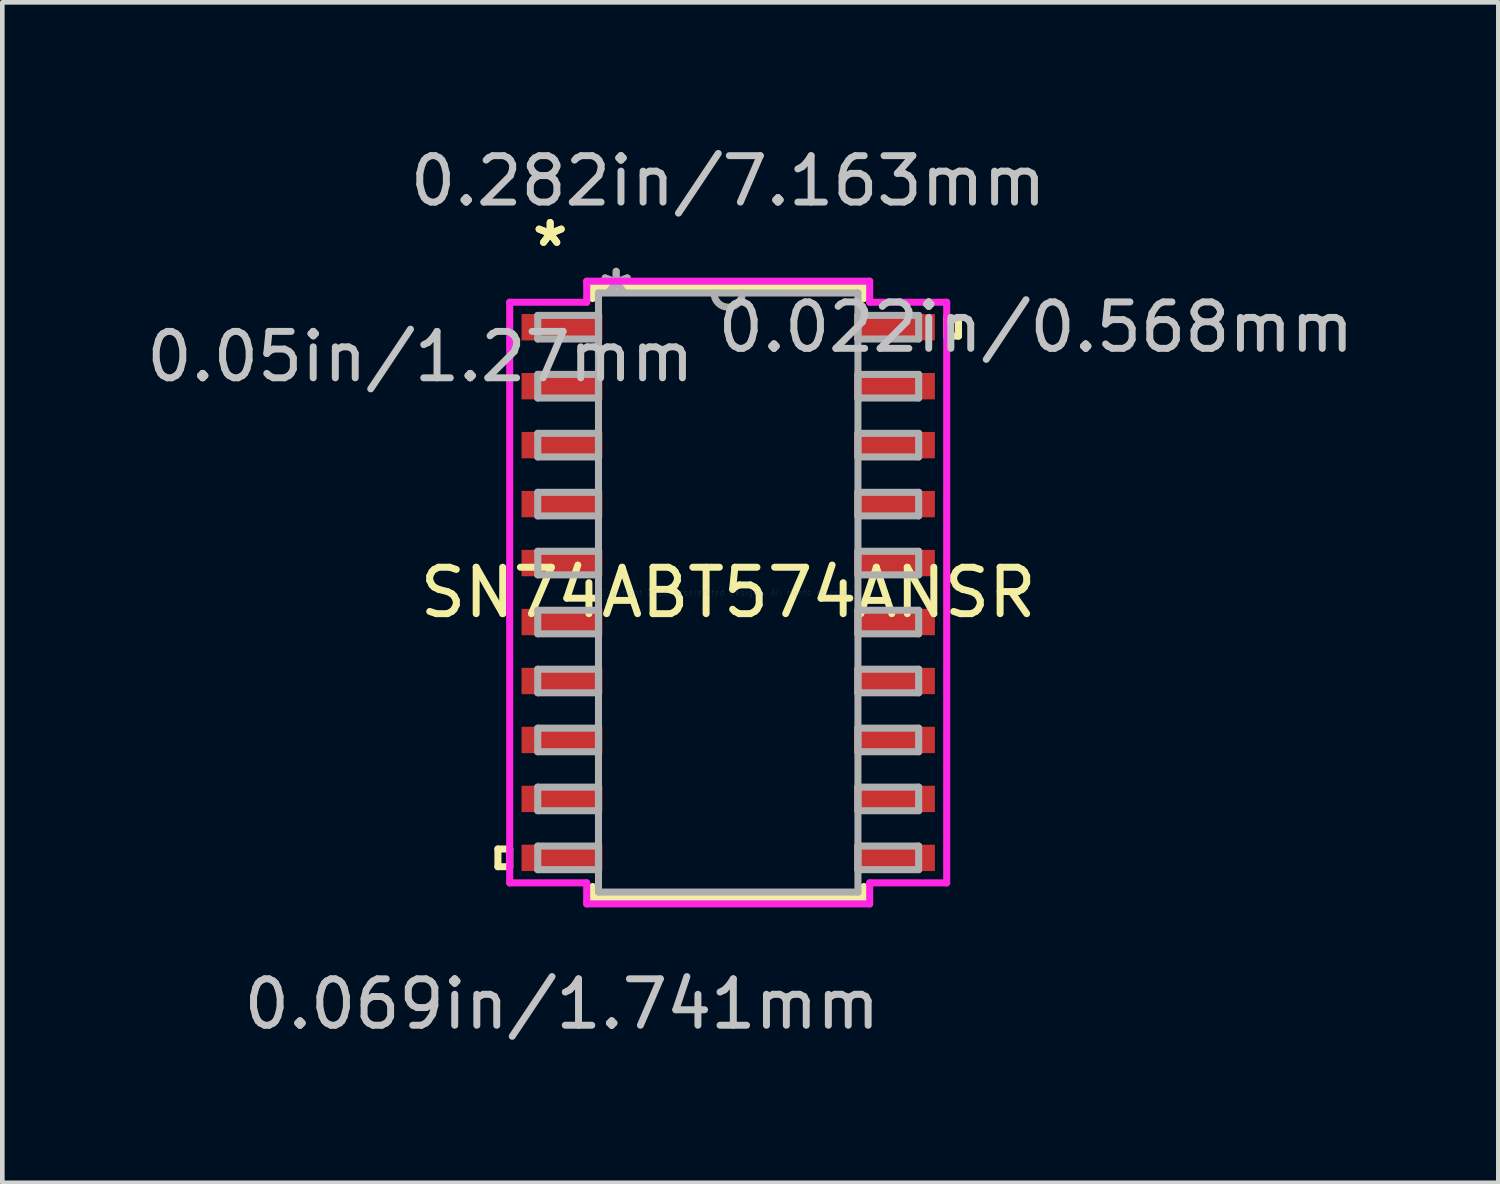
<source format=kicad_pcb>
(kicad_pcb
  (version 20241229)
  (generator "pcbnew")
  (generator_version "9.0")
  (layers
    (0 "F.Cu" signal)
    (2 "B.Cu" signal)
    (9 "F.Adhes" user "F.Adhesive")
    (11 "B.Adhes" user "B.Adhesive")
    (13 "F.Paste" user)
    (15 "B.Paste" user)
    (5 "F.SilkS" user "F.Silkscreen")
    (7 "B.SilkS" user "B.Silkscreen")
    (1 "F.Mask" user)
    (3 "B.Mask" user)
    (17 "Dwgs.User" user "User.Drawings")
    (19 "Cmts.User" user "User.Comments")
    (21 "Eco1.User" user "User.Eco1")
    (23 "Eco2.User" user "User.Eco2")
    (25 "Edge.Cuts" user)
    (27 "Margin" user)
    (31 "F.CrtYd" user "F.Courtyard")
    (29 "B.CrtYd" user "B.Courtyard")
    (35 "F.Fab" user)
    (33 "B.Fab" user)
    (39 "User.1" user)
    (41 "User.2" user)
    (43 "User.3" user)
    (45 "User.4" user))
  (footprint "SN74ABT574ANSR"
    (layer "F.Cu")
    (at 12.635 9.713)
    (property "Reference" "SN74ABT574ANSR" (at 0 0 0) (layer "F.SilkS") (effects (font (size 1 1) (thickness 0.15))))
    (attr through_hole)
    (fp_line (start -4.96 5.524) (end -4.96 5.905) (stroke (width 0.152) (type solid)) (layer "F.SilkS"))
    (fp_line (start -4.96 5.905) (end -4.706 5.905) (stroke (width 0.152) (type solid)) (layer "F.SilkS"))
    (fp_line (start -4.706 5.524) (end -4.96 5.524) (stroke (width 0.152) (type solid)) (layer "F.SilkS"))
    (fp_line (start -4.706 5.905) (end -4.706 5.524) (stroke (width 0.152) (type solid)) (layer "F.SilkS"))
    (fp_line (start -2.921 -6.579) (end -2.921 -6.332) (stroke (width 0.152) (type solid)) (layer "F.SilkS"))
    (fp_line (start -2.921 6.332) (end -2.921 6.579) (stroke (width 0.152) (type solid)) (layer "F.SilkS"))
    (fp_line (start -2.921 6.579) (end 2.921 6.579) (stroke (width 0.152) (type solid)) (layer "F.SilkS"))
    (fp_line (start 2.921 -6.579) (end -2.921 -6.579) (stroke (width 0.152) (type solid)) (layer "F.SilkS"))
    (fp_line (start 2.921 -6.332) (end 2.921 -6.579) (stroke (width 0.152) (type solid)) (layer "F.SilkS"))
    (fp_line (start 2.921 6.579) (end 2.921 6.332) (stroke (width 0.152) (type solid)) (layer "F.SilkS"))
    (fp_line (start 4.706 -5.905) (end 4.96 -5.905) (stroke (width 0.152) (type solid)) (layer "F.SilkS"))
    (fp_line (start 4.706 -5.524) (end 4.706 -5.905) (stroke (width 0.152) (type solid)) (layer "F.SilkS"))
    (fp_line (start 4.96 -5.905) (end 4.96 -5.524) (stroke (width 0.152) (type solid)) (layer "F.SilkS"))
    (fp_line (start 4.96 -5.524) (end 4.706 -5.524) (stroke (width 0.152) (type solid)) (layer "F.SilkS"))
    (fp_line (start -4.706 -6.253) (end -3.048 -6.253) (stroke (width 0.152) (type solid)) (layer "F.CrtYd"))
    (fp_line (start -4.706 6.253) (end -4.706 -6.253) (stroke (width 0.152) (type solid)) (layer "F.CrtYd"))
    (fp_line (start -3.048 -6.706) (end 3.048 -6.706) (stroke (width 0.152) (type solid)) (layer "F.CrtYd"))
    (fp_line (start -3.048 -6.253) (end -3.048 -6.706) (stroke (width 0.152) (type solid)) (layer "F.CrtYd"))
    (fp_line (start -3.048 6.253) (end -4.706 6.253) (stroke (width 0.152) (type solid)) (layer "F.CrtYd"))
    (fp_line (start -3.048 6.706) (end -3.048 6.253) (stroke (width 0.152) (type solid)) (layer "F.CrtYd"))
    (fp_line (start 3.048 -6.706) (end 3.048 -6.253) (stroke (width 0.152) (type solid)) (layer "F.CrtYd"))
    (fp_line (start 3.048 -6.253) (end 4.706 -6.253) (stroke (width 0.152) (type solid)) (layer "F.CrtYd"))
    (fp_line (start 3.048 6.253) (end 3.048 6.706) (stroke (width 0.152) (type solid)) (layer "F.CrtYd"))
    (fp_line (start 3.048 6.706) (end -3.048 6.706) (stroke (width 0.152) (type solid)) (layer "F.CrtYd"))
    (fp_line (start 4.706 -6.253) (end 4.706 6.253) (stroke (width 0.152) (type solid)) (layer "F.CrtYd"))
    (fp_line (start 4.706 6.253) (end 3.048 6.253) (stroke (width 0.152) (type solid)) (layer "F.CrtYd"))
    (fp_line (start -4.102 -5.969) (end -4.102 -5.461) (stroke (width 0.152) (type solid)) (layer "F.Fab"))
    (fp_line (start -4.102 -5.461) (end -2.794 -5.461) (stroke (width 0.152) (type solid)) (layer "F.Fab"))
    (fp_line (start -4.102 -4.699) (end -4.102 -4.191) (stroke (width 0.152) (type solid)) (layer "F.Fab"))
    (fp_line (start -4.102 -4.191) (end -2.794 -4.191) (stroke (width 0.152) (type solid)) (layer "F.Fab"))
    (fp_line (start -4.102 -3.429) (end -4.102 -2.921) (stroke (width 0.152) (type solid)) (layer "F.Fab"))
    (fp_line (start -4.102 -2.921) (end -2.794 -2.921) (stroke (width 0.152) (type solid)) (layer "F.Fab"))
    (fp_line (start -4.102 -2.159) (end -4.102 -1.651) (stroke (width 0.152) (type solid)) (layer "F.Fab"))
    (fp_line (start -4.102 -1.651) (end -2.794 -1.651) (stroke (width 0.152) (type solid)) (layer "F.Fab"))
    (fp_line (start -4.102 -0.889) (end -4.102 -0.381) (stroke (width 0.152) (type solid)) (layer "F.Fab"))
    (fp_line (start -4.102 -0.381) (end -2.794 -0.381) (stroke (width 0.152) (type solid)) (layer "F.Fab"))
    (fp_line (start -4.102 0.381) (end -4.102 0.889) (stroke (width 0.152) (type solid)) (layer "F.Fab"))
    (fp_line (start -4.102 0.889) (end -2.794 0.889) (stroke (width 0.152) (type solid)) (layer "F.Fab"))
    (fp_line (start -4.102 1.651) (end -4.102 2.159) (stroke (width 0.152) (type solid)) (layer "F.Fab"))
    (fp_line (start -4.102 2.159) (end -2.794 2.159) (stroke (width 0.152) (type solid)) (layer "F.Fab"))
    (fp_line (start -4.102 2.921) (end -4.102 3.429) (stroke (width 0.152) (type solid)) (layer "F.Fab"))
    (fp_line (start -4.102 3.429) (end -2.794 3.429) (stroke (width 0.152) (type solid)) (layer "F.Fab"))
    (fp_line (start -4.102 4.191) (end -4.102 4.699) (stroke (width 0.152) (type solid)) (layer "F.Fab"))
    (fp_line (start -4.102 4.699) (end -2.794 4.699) (stroke (width 0.152) (type solid)) (layer "F.Fab"))
    (fp_line (start -4.102 5.461) (end -4.102 5.969) (stroke (width 0.152) (type solid)) (layer "F.Fab"))
    (fp_line (start -4.102 5.969) (end -2.794 5.969) (stroke (width 0.152) (type solid)) (layer "F.Fab"))
    (fp_line (start -2.794 -6.452) (end -2.794 6.452) (stroke (width 0.152) (type solid)) (layer "F.Fab"))
    (fp_line (start -2.794 -5.969) (end -4.102 -5.969) (stroke (width 0.152) (type solid)) (layer "F.Fab"))
    (fp_line (start -2.794 -5.461) (end -2.794 -5.969) (stroke (width 0.152) (type solid)) (layer "F.Fab"))
    (fp_line (start -2.794 -4.699) (end -4.102 -4.699) (stroke (width 0.152) (type solid)) (layer "F.Fab"))
    (fp_line (start -2.794 -4.191) (end -2.794 -4.699) (stroke (width 0.152) (type solid)) (layer "F.Fab"))
    (fp_line (start -2.794 -3.429) (end -4.102 -3.429) (stroke (width 0.152) (type solid)) (layer "F.Fab"))
    (fp_line (start -2.794 -2.921) (end -2.794 -3.429) (stroke (width 0.152) (type solid)) (layer "F.Fab"))
    (fp_line (start -2.794 -2.159) (end -4.102 -2.159) (stroke (width 0.152) (type solid)) (layer "F.Fab"))
    (fp_line (start -2.794 -1.651) (end -2.794 -2.159) (stroke (width 0.152) (type solid)) (layer "F.Fab"))
    (fp_line (start -2.794 -0.889) (end -4.102 -0.889) (stroke (width 0.152) (type solid)) (layer "F.Fab"))
    (fp_line (start -2.794 -0.381) (end -2.794 -0.889) (stroke (width 0.152) (type solid)) (layer "F.Fab"))
    (fp_line (start -2.794 0.381) (end -4.102 0.381) (stroke (width 0.152) (type solid)) (layer "F.Fab"))
    (fp_line (start -2.794 0.889) (end -2.794 0.381) (stroke (width 0.152) (type solid)) (layer "F.Fab"))
    (fp_line (start -2.794 1.651) (end -4.102 1.651) (stroke (width 0.152) (type solid)) (layer "F.Fab"))
    (fp_line (start -2.794 2.159) (end -2.794 1.651) (stroke (width 0.152) (type solid)) (layer "F.Fab"))
    (fp_line (start -2.794 2.921) (end -4.102 2.921) (stroke (width 0.152) (type solid)) (layer "F.Fab"))
    (fp_line (start -2.794 3.429) (end -2.794 2.921) (stroke (width 0.152) (type solid)) (layer "F.Fab"))
    (fp_line (start -2.794 4.191) (end -4.102 4.191) (stroke (width 0.152) (type solid)) (layer "F.Fab"))
    (fp_line (start -2.794 4.699) (end -2.794 4.191) (stroke (width 0.152) (type solid)) (layer "F.Fab"))
    (fp_line (start -2.794 5.461) (end -4.102 5.461) (stroke (width 0.152) (type solid)) (layer "F.Fab"))
    (fp_line (start -2.794 5.969) (end -2.794 5.461) (stroke (width 0.152) (type solid)) (layer "F.Fab"))
    (fp_line (start -2.794 6.452) (end 2.794 6.452) (stroke (width 0.152) (type solid)) (layer "F.Fab"))
    (fp_line (start 2.794 -6.452) (end -2.794 -6.452) (stroke (width 0.152) (type solid)) (layer "F.Fab"))
    (fp_line (start 2.794 -5.969) (end 2.794 -5.461) (stroke (width 0.152) (type solid)) (layer "F.Fab"))
    (fp_line (start 2.794 -5.461) (end 4.102 -5.461) (stroke (width 0.152) (type solid)) (layer "F.Fab"))
    (fp_line (start 2.794 -4.699) (end 2.794 -4.191) (stroke (width 0.152) (type solid)) (layer "F.Fab"))
    (fp_line (start 2.794 -4.191) (end 4.102 -4.191) (stroke (width 0.152) (type solid)) (layer "F.Fab"))
    (fp_line (start 2.794 -3.429) (end 2.794 -2.921) (stroke (width 0.152) (type solid)) (layer "F.Fab"))
    (fp_line (start 2.794 -2.921) (end 4.102 -2.921) (stroke (width 0.152) (type solid)) (layer "F.Fab"))
    (fp_line (start 2.794 -2.159) (end 2.794 -1.651) (stroke (width 0.152) (type solid)) (layer "F.Fab"))
    (fp_line (start 2.794 -1.651) (end 4.102 -1.651) (stroke (width 0.152) (type solid)) (layer "F.Fab"))
    (fp_line (start 2.794 -0.889) (end 2.794 -0.381) (stroke (width 0.152) (type solid)) (layer "F.Fab"))
    (fp_line (start 2.794 -0.381) (end 4.102 -0.381) (stroke (width 0.152) (type solid)) (layer "F.Fab"))
    (fp_line (start 2.794 0.381) (end 2.794 0.889) (stroke (width 0.152) (type solid)) (layer "F.Fab"))
    (fp_line (start 2.794 0.889) (end 4.102 0.889) (stroke (width 0.152) (type solid)) (layer "F.Fab"))
    (fp_line (start 2.794 1.651) (end 2.794 2.159) (stroke (width 0.152) (type solid)) (layer "F.Fab"))
    (fp_line (start 2.794 2.159) (end 4.102 2.159) (stroke (width 0.152) (type solid)) (layer "F.Fab"))
    (fp_line (start 2.794 2.921) (end 2.794 3.429) (stroke (width 0.152) (type solid)) (layer "F.Fab"))
    (fp_line (start 2.794 3.429) (end 4.102 3.429) (stroke (width 0.152) (type solid)) (layer "F.Fab"))
    (fp_line (start 2.794 4.191) (end 2.794 4.699) (stroke (width 0.152) (type solid)) (layer "F.Fab"))
    (fp_line (start 2.794 4.699) (end 4.102 4.699) (stroke (width 0.152) (type solid)) (layer "F.Fab"))
    (fp_line (start 2.794 5.461) (end 2.794 5.969) (stroke (width 0.152) (type solid)) (layer "F.Fab"))
    (fp_line (start 2.794 5.969) (end 4.102 5.969) (stroke (width 0.152) (type solid)) (layer "F.Fab"))
    (fp_line (start 2.794 6.452) (end 2.794 -6.452) (stroke (width 0.152) (type solid)) (layer "F.Fab"))
    (fp_line (start 4.102 -5.969) (end 2.794 -5.969) (stroke (width 0.152) (type solid)) (layer "F.Fab"))
    (fp_line (start 4.102 -5.461) (end 4.102 -5.969) (stroke (width 0.152) (type solid)) (layer "F.Fab"))
    (fp_line (start 4.102 -4.699) (end 2.794 -4.699) (stroke (width 0.152) (type solid)) (layer "F.Fab"))
    (fp_line (start 4.102 -4.191) (end 4.102 -4.699) (stroke (width 0.152) (type solid)) (layer "F.Fab"))
    (fp_line (start 4.102 -3.429) (end 2.794 -3.429) (stroke (width 0.152) (type solid)) (layer "F.Fab"))
    (fp_line (start 4.102 -2.921) (end 4.102 -3.429) (stroke (width 0.152) (type solid)) (layer "F.Fab"))
    (fp_line (start 4.102 -2.159) (end 2.794 -2.159) (stroke (width 0.152) (type solid)) (layer "F.Fab"))
    (fp_line (start 4.102 -1.651) (end 4.102 -2.159) (stroke (width 0.152) (type solid)) (layer "F.Fab"))
    (fp_line (start 4.102 -0.889) (end 2.794 -0.889) (stroke (width 0.152) (type solid)) (layer "F.Fab"))
    (fp_line (start 4.102 -0.381) (end 4.102 -0.889) (stroke (width 0.152) (type solid)) (layer "F.Fab"))
    (fp_line (start 4.102 0.381) (end 2.794 0.381) (stroke (width 0.152) (type solid)) (layer "F.Fab"))
    (fp_line (start 4.102 0.889) (end 4.102 0.381) (stroke (width 0.152) (type solid)) (layer "F.Fab"))
    (fp_line (start 4.102 1.651) (end 2.794 1.651) (stroke (width 0.152) (type solid)) (layer "F.Fab"))
    (fp_line (start 4.102 2.159) (end 4.102 1.651) (stroke (width 0.152) (type solid)) (layer "F.Fab"))
    (fp_line (start 4.102 2.921) (end 2.794 2.921) (stroke (width 0.152) (type solid)) (layer "F.Fab"))
    (fp_line (start 4.102 3.429) (end 4.102 2.921) (stroke (width 0.152) (type solid)) (layer "F.Fab"))
    (fp_line (start 4.102 4.191) (end 2.794 4.191) (stroke (width 0.152) (type solid)) (layer "F.Fab"))
    (fp_line (start 4.102 4.699) (end 4.102 4.191) (stroke (width 0.152) (type solid)) (layer "F.Fab"))
    (fp_line (start 4.102 5.461) (end 2.794 5.461) (stroke (width 0.152) (type solid)) (layer "F.Fab"))
    (fp_line (start 4.102 5.969) (end 4.102 5.461) (stroke (width 0.152) (type solid)) (layer "F.Fab"))
    (fp_arc (start 0.3048 -6.4516) (mid 0 -6.1468) (end -0.3048 -6.4516) (stroke (width 0.1524) (type solid)) (layer "F.Fab"))
    (fp_text user "*" (at -3.835 -7.426 0) (layer "F.SilkS") (effects (font (size 1 1) (thickness 0.15))))
    (fp_text user "*" (at -3.835 -7.426 0) (layer "F.SilkS") (effects (font (size 1 1) (thickness 0.15))))
    (fp_text user "0.05in/1.27mm" (at -6.629 -5.08 0) (layer "Dwgs.User") (effects (font (size 1 1) (thickness 0.15))))
    (fp_text user "0.022in/0.568mm" (at 6.629 -5.715 0) (layer "Dwgs.User") (effects (font (size 1 1) (thickness 0.15))))
    (fp_text user "0.069in/1.741mm" (at -3.581 8.865 0) (layer "Dwgs.User") (effects (font (size 1 1) (thickness 0.15))))
    (fp_text user "0.282in/7.163mm" (at 0 -8.865 0) (layer "Dwgs.User") (effects (font (size 1 1) (thickness 0.15))))
    (fp_text user "Copyright 2016 Accelerated Designs. All rights reserved." (at 0 0 0) (layer "Cmts.User") (effects (font (size 0.127 0.127) (thickness 0.002))))
    (fp_text user "*" (at -2.413 -6.375 0) (layer "F.Fab") (effects (font (size 1 1) (thickness 0.15))))
    (fp_text user "*" (at -2.413 -6.375 0) (layer "F.Fab") (effects (font (size 1 1) (thickness 0.15))))
    (pad "1" smd rect (at -3.581 -5.715) (size 1.741 0.568) (layers "F.Cu" "F.Mask" "F.Paste"))
    (pad "2" smd rect (at -3.581 -4.445) (size 1.741 0.568) (layers "F.Cu" "F.Mask" "F.Paste"))
    (pad "3" smd rect (at -3.581 -3.175) (size 1.741 0.568) (layers "F.Cu" "F.Mask" "F.Paste"))
    (pad "4" smd rect (at -3.581 -1.905) (size 1.741 0.568) (layers "F.Cu" "F.Mask" "F.Paste"))
    (pad "5" smd rect (at -3.581 -0.635) (size 1.741 0.568) (layers "F.Cu" "F.Mask" "F.Paste"))
    (pad "6" smd rect (at -3.581 0.635) (size 1.741 0.568) (layers "F.Cu" "F.Mask" "F.Paste"))
    (pad "7" smd rect (at -3.581 1.905) (size 1.741 0.568) (layers "F.Cu" "F.Mask" "F.Paste"))
    (pad "8" smd rect (at -3.581 3.175) (size 1.741 0.568) (layers "F.Cu" "F.Mask" "F.Paste"))
    (pad "9" smd rect (at -3.581 4.445) (size 1.741 0.568) (layers "F.Cu" "F.Mask" "F.Paste"))
    (pad "10" smd rect (at -3.581 5.715) (size 1.741 0.568) (layers "F.Cu" "F.Mask" "F.Paste"))
    (pad "11" smd rect (at 3.581 5.715) (size 1.741 0.568) (layers "F.Cu" "F.Mask" "F.Paste"))
    (pad "12" smd rect (at 3.581 4.445) (size 1.741 0.568) (layers "F.Cu" "F.Mask" "F.Paste"))
    (pad "13" smd rect (at 3.581 3.175) (size 1.741 0.568) (layers "F.Cu" "F.Mask" "F.Paste"))
    (pad "14" smd rect (at 3.581 1.905) (size 1.741 0.568) (layers "F.Cu" "F.Mask" "F.Paste"))
    (pad "15" smd rect (at 3.581 0.635) (size 1.741 0.568) (layers "F.Cu" "F.Mask" "F.Paste"))
    (pad "16" smd rect (at 3.581 -0.635) (size 1.741 0.568) (layers "F.Cu" "F.Mask" "F.Paste"))
    (pad "17" smd rect (at 3.581 -1.905) (size 1.741 0.568) (layers "F.Cu" "F.Mask" "F.Paste"))
    (pad "18" smd rect (at 3.581 -3.175) (size 1.741 0.568) (layers "F.Cu" "F.Mask" "F.Paste"))
    (pad "19" smd rect (at 3.581 -4.445) (size 1.741 0.568) (layers "F.Cu" "F.Mask" "F.Paste"))
    (pad "20" smd rect (at 3.581 -5.715) (size 1.741 0.568) (layers "F.Cu" "F.Mask" "F.Paste")))
  (gr_rect
    (start -3 -3)
    (end 29.223 22.426)
    (stroke (width 0.1) (type default))
    (fill no)
    (layer "Edge.Cuts")))
</source>
